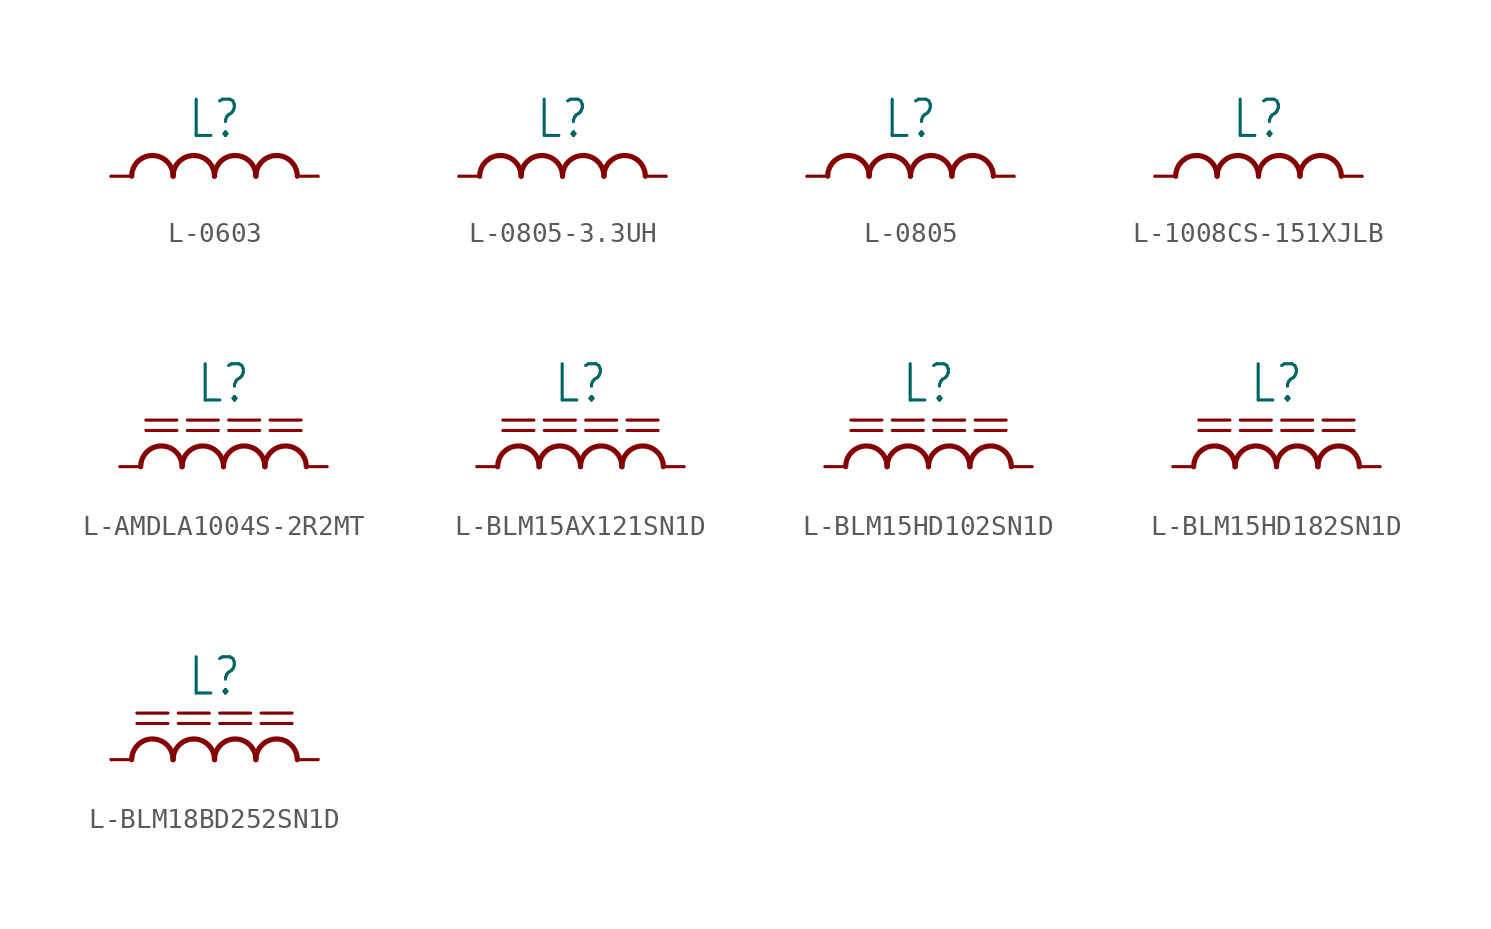
<source format=kicad_sym>
(kicad_symbol_lib
  (version 20231120)
  (generator "kicad_symbol_editor")
  (generator_version "8.0")
  (symbol "L-0603"
    (property "Reference" "L"
      (at 0 1.778 0)
      (effects (font (size 1.778 1.511)) (justify bottom)))
    (property "Value" ""
      (at 0 -0.762 0)
      (effects (font (size 1.778 1.511)) (justify top)))
    (property "ki_locked" ""
      (at 0 0 0)
      (effects (font (size 1.27 1.27))))
    (symbol "L-0603_1_0"
      (arc (start -2.032 0) (mid -3.048 1.016) (end -4.064 0) (stroke (width 0.254) (type solid)) (fill (type none)))
      (arc (start 0 0) (mid -1.016 1.016) (end -2.032 0) (stroke (width 0.254) (type solid)) (fill (type none)))
      (polyline (pts (xy -5.08 0) (xy -4.064 0)) (stroke (width 0.152) (type solid)) (fill (type none)))
      (polyline (pts (xy 4.064 0) (xy 5.08 0)) (stroke (width 0.152) (type solid)) (fill (type none)))
      (arc (start 2.032 0) (mid 1.016 1.016) (end 0 0) (stroke (width 0.254) (type solid)) (fill (type none)))
      (arc (start 4.064 0) (mid 3.048 1.016) (end 2.032 0) (stroke (width 0.254) (type solid)) (fill (type none)))
      (pin passive line (at -5.08 0 0) (length 0) (name "1" (effects (font (size 0 0)))) (number "1" (effects (font (size 0 0)))))
      (pin passive line (at 5.08 0 180) (length 0) (name "2" (effects (font (size 0 0)))) (number "2" (effects (font (size 0 0)))))))
  (symbol "L-0805-3.3UH"
    (property "Reference" "L"
      (at 0 1.778 0)
      (effects (font (size 1.778 1.511)) (justify bottom)))
    (property "Value" ""
      (at 0 -0.762 0)
      (effects (font (size 1.778 1.511)) (justify top)))
    (property "ki_locked" ""
      (at 0 0 0)
      (effects (font (size 1.27 1.27))))
    (symbol "L-0805-3.3UH_1_0"
      (arc (start -2.032 0) (mid -3.048 1.016) (end -4.064 0) (stroke (width 0.254) (type solid)) (fill (type none)))
      (arc (start 0 0) (mid -1.016 1.016) (end -2.032 0) (stroke (width 0.254) (type solid)) (fill (type none)))
      (polyline (pts (xy -5.08 0) (xy -4.064 0)) (stroke (width 0.152) (type solid)) (fill (type none)))
      (polyline (pts (xy 4.064 0) (xy 5.08 0)) (stroke (width 0.152) (type solid)) (fill (type none)))
      (arc (start 2.032 0) (mid 1.016 1.016) (end 0 0) (stroke (width 0.254) (type solid)) (fill (type none)))
      (arc (start 4.064 0) (mid 3.048 1.016) (end 2.032 0) (stroke (width 0.254) (type solid)) (fill (type none)))
      (pin passive line (at -5.08 0 0) (length 0) (name "1" (effects (font (size 0 0)))) (number "1" (effects (font (size 0 0)))))
      (pin passive line (at 5.08 0 180) (length 0) (name "2" (effects (font (size 0 0)))) (number "2" (effects (font (size 0 0)))))))
  (symbol "L-0805"
    (property "Reference" "L"
      (at 0 1.778 0)
      (effects (font (size 1.778 1.511)) (justify bottom)))
    (property "Value" ""
      (at 0 -0.762 0)
      (effects (font (size 1.778 1.511)) (justify top)))
    (property "ki_locked" ""
      (at 0 0 0)
      (effects (font (size 1.27 1.27))))
    (symbol "L-0805_1_0"
      (arc (start -2.032 0) (mid -3.048 1.016) (end -4.064 0) (stroke (width 0.254) (type solid)) (fill (type none)))
      (arc (start 0 0) (mid -1.016 1.016) (end -2.032 0) (stroke (width 0.254) (type solid)) (fill (type none)))
      (polyline (pts (xy -5.08 0) (xy -4.064 0)) (stroke (width 0.152) (type solid)) (fill (type none)))
      (polyline (pts (xy 4.064 0) (xy 5.08 0)) (stroke (width 0.152) (type solid)) (fill (type none)))
      (arc (start 2.032 0) (mid 1.016 1.016) (end 0 0) (stroke (width 0.254) (type solid)) (fill (type none)))
      (arc (start 4.064 0) (mid 3.048 1.016) (end 2.032 0) (stroke (width 0.254) (type solid)) (fill (type none)))
      (pin passive line (at -5.08 0 0) (length 0) (name "1" (effects (font (size 0 0)))) (number "1" (effects (font (size 0 0)))))
      (pin passive line (at 5.08 0 180) (length 0) (name "2" (effects (font (size 0 0)))) (number "2" (effects (font (size 0 0)))))))
  (symbol "L-1008CS-151XJLB"
    (property "Reference" "L"
      (at 0 1.778 0)
      (effects (font (size 1.778 1.511)) (justify bottom)))
    (property "Value" ""
      (at 0 -0.762 0)
      (effects (font (size 1.778 1.511)) (justify top)))
    (property "ki_locked" ""
      (at 0 0 0)
      (effects (font (size 1.27 1.27))))
    (symbol "L-1008CS-151XJLB_1_0"
      (arc (start -2.032 0) (mid -3.048 1.016) (end -4.064 0) (stroke (width 0.254) (type solid)) (fill (type none)))
      (arc (start 0 0) (mid -1.016 1.016) (end -2.032 0) (stroke (width 0.254) (type solid)) (fill (type none)))
      (polyline (pts (xy -5.08 0) (xy -4.064 0)) (stroke (width 0.152) (type solid)) (fill (type none)))
      (polyline (pts (xy 4.064 0) (xy 5.08 0)) (stroke (width 0.152) (type solid)) (fill (type none)))
      (arc (start 2.032 0) (mid 1.016 1.016) (end 0 0) (stroke (width 0.254) (type solid)) (fill (type none)))
      (arc (start 4.064 0) (mid 3.048 1.016) (end 2.032 0) (stroke (width 0.254) (type solid)) (fill (type none)))
      (pin passive line (at -5.08 0 0) (length 0) (name "1" (effects (font (size 0 0)))) (number "1" (effects (font (size 0 0)))))
      (pin passive line (at 5.08 0 180) (length 0) (name "2" (effects (font (size 0 0)))) (number "2" (effects (font (size 0 0)))))))
  (symbol "L-AMDLA1004S-2R2MT"
    (property "Reference" "L"
      (at 0 3.048 0)
      (effects (font (size 1.778 1.511)) (justify bottom)))
    (property "Value" ""
      (at 0 -0.762 0)
      (effects (font (size 1.778 1.511)) (justify top)))
    (property "ki_locked" ""
      (at 0 0 0)
      (effects (font (size 1.27 1.27))))
    (symbol "L-AMDLA1004S-2R2MT_1_0"
      (arc (start -2.032 0) (mid -3.048 1.016) (end -4.064 0) (stroke (width 0.254) (type solid)) (fill (type none)))
      (arc (start 0 0) (mid -1.016 1.016) (end -2.032 0) (stroke (width 0.254) (type solid)) (fill (type none)))
      (polyline (pts (xy -5.08 0) (xy -4.064 0)) (stroke (width 0.152) (type solid)) (fill (type none)))
      (polyline (pts (xy -3.81 1.778) (xy -2.286 1.778)) (stroke (width 0.152) (type solid)) (fill (type none)))
      (polyline (pts (xy -3.81 2.286) (xy -2.286 2.286)) (stroke (width 0.152) (type solid)) (fill (type none)))
      (polyline (pts (xy -1.778 1.778) (xy -0.254 1.778)) (stroke (width 0.152) (type solid)) (fill (type none)))
      (polyline (pts (xy -1.778 2.286) (xy -0.254 2.286)) (stroke (width 0.152) (type solid)) (fill (type none)))
      (polyline (pts (xy 0.254 1.778) (xy 1.778 1.778)) (stroke (width 0.152) (type solid)) (fill (type none)))
      (polyline (pts (xy 0.254 2.286) (xy 1.778 2.286)) (stroke (width 0.152) (type solid)) (fill (type none)))
      (polyline (pts (xy 2.286 1.778) (xy 3.81 1.778)) (stroke (width 0.152) (type solid)) (fill (type none)))
      (polyline (pts (xy 2.286 2.286) (xy 3.81 2.286)) (stroke (width 0.152) (type solid)) (fill (type none)))
      (polyline (pts (xy 4.064 0) (xy 5.08 0)) (stroke (width 0.152) (type solid)) (fill (type none)))
      (arc (start 2.032 0) (mid 1.016 1.016) (end 0 0) (stroke (width 0.254) (type solid)) (fill (type none)))
      (arc (start 4.064 0) (mid 3.048 1.016) (end 2.032 0) (stroke (width 0.254) (type solid)) (fill (type none)))
      (pin passive line (at -5.08 0 0) (length 0) (name "1" (effects (font (size 0 0)))) (number "1" (effects (font (size 0 0)))))
      (pin passive line (at 5.08 0 180) (length 0) (name "2" (effects (font (size 0 0)))) (number "2" (effects (font (size 0 0)))))))
  (symbol "L-BLM15AX121SN1D"
    (property "Reference" "L"
      (at 0 3.048 0)
      (effects (font (size 1.778 1.511)) (justify bottom)))
    (property "Value" ""
      (at 0 -0.762 0)
      (effects (font (size 1.778 1.511)) (justify top)))
    (property "ki_locked" ""
      (at 0 0 0)
      (effects (font (size 1.27 1.27))))
    (symbol "L-BLM15AX121SN1D_1_0"
      (arc (start -2.032 0) (mid -3.048 1.016) (end -4.064 0) (stroke (width 0.254) (type solid)) (fill (type none)))
      (arc (start 0 0) (mid -1.016 1.016) (end -2.032 0) (stroke (width 0.254) (type solid)) (fill (type none)))
      (polyline (pts (xy -5.08 0) (xy -4.064 0)) (stroke (width 0.152) (type solid)) (fill (type none)))
      (polyline (pts (xy -3.81 1.778) (xy -2.286 1.778)) (stroke (width 0.152) (type solid)) (fill (type none)))
      (polyline (pts (xy -3.81 2.286) (xy -2.286 2.286)) (stroke (width 0.152) (type solid)) (fill (type none)))
      (polyline (pts (xy -1.778 1.778) (xy -0.254 1.778)) (stroke (width 0.152) (type solid)) (fill (type none)))
      (polyline (pts (xy -1.778 2.286) (xy -0.254 2.286)) (stroke (width 0.152) (type solid)) (fill (type none)))
      (polyline (pts (xy 0.254 1.778) (xy 1.778 1.778)) (stroke (width 0.152) (type solid)) (fill (type none)))
      (polyline (pts (xy 0.254 2.286) (xy 1.778 2.286)) (stroke (width 0.152) (type solid)) (fill (type none)))
      (polyline (pts (xy 2.286 1.778) (xy 3.81 1.778)) (stroke (width 0.152) (type solid)) (fill (type none)))
      (polyline (pts (xy 2.286 2.286) (xy 3.81 2.286)) (stroke (width 0.152) (type solid)) (fill (type none)))
      (polyline (pts (xy 4.064 0) (xy 5.08 0)) (stroke (width 0.152) (type solid)) (fill (type none)))
      (arc (start 2.032 0) (mid 1.016 1.016) (end 0 0) (stroke (width 0.254) (type solid)) (fill (type none)))
      (arc (start 4.064 0) (mid 3.048 1.016) (end 2.032 0) (stroke (width 0.254) (type solid)) (fill (type none)))
      (pin passive line (at -5.08 0 0) (length 0) (name "1" (effects (font (size 0 0)))) (number "1" (effects (font (size 0 0)))))
      (pin passive line (at 5.08 0 180) (length 0) (name "2" (effects (font (size 0 0)))) (number "2" (effects (font (size 0 0)))))))
  (symbol "L-BLM15HD102SN1D"
    (property "Reference" "L"
      (at 0 3.048 0)
      (effects (font (size 1.778 1.511)) (justify bottom)))
    (property "Value" ""
      (at 0 -0.762 0)
      (effects (font (size 1.778 1.511)) (justify top)))
    (property "ki_locked" ""
      (at 0 0 0)
      (effects (font (size 1.27 1.27))))
    (symbol "L-BLM15HD102SN1D_1_0"
      (arc (start -2.032 0) (mid -3.048 1.016) (end -4.064 0) (stroke (width 0.254) (type solid)) (fill (type none)))
      (arc (start 0 0) (mid -1.016 1.016) (end -2.032 0) (stroke (width 0.254) (type solid)) (fill (type none)))
      (polyline (pts (xy -5.08 0) (xy -4.064 0)) (stroke (width 0.152) (type solid)) (fill (type none)))
      (polyline (pts (xy -3.81 1.778) (xy -2.286 1.778)) (stroke (width 0.152) (type solid)) (fill (type none)))
      (polyline (pts (xy -3.81 2.286) (xy -2.286 2.286)) (stroke (width 0.152) (type solid)) (fill (type none)))
      (polyline (pts (xy -1.778 1.778) (xy -0.254 1.778)) (stroke (width 0.152) (type solid)) (fill (type none)))
      (polyline (pts (xy -1.778 2.286) (xy -0.254 2.286)) (stroke (width 0.152) (type solid)) (fill (type none)))
      (polyline (pts (xy 0.254 1.778) (xy 1.778 1.778)) (stroke (width 0.152) (type solid)) (fill (type none)))
      (polyline (pts (xy 0.254 2.286) (xy 1.778 2.286)) (stroke (width 0.152) (type solid)) (fill (type none)))
      (polyline (pts (xy 2.286 1.778) (xy 3.81 1.778)) (stroke (width 0.152) (type solid)) (fill (type none)))
      (polyline (pts (xy 2.286 2.286) (xy 3.81 2.286)) (stroke (width 0.152) (type solid)) (fill (type none)))
      (polyline (pts (xy 4.064 0) (xy 5.08 0)) (stroke (width 0.152) (type solid)) (fill (type none)))
      (arc (start 2.032 0) (mid 1.016 1.016) (end 0 0) (stroke (width 0.254) (type solid)) (fill (type none)))
      (arc (start 4.064 0) (mid 3.048 1.016) (end 2.032 0) (stroke (width 0.254) (type solid)) (fill (type none)))
      (pin passive line (at -5.08 0 0) (length 0) (name "1" (effects (font (size 0 0)))) (number "1" (effects (font (size 0 0)))))
      (pin passive line (at 5.08 0 180) (length 0) (name "2" (effects (font (size 0 0)))) (number "2" (effects (font (size 0 0)))))))
  (symbol "L-BLM15HD182SN1D"
    (property "Reference" "L"
      (at 0 3.048 0)
      (effects (font (size 1.778 1.511)) (justify bottom)))
    (property "Value" ""
      (at 0 -0.762 0)
      (effects (font (size 1.778 1.511)) (justify top)))
    (property "ki_locked" ""
      (at 0 0 0)
      (effects (font (size 1.27 1.27))))
    (symbol "L-BLM15HD182SN1D_1_0"
      (arc (start -2.032 0) (mid -3.048 1.016) (end -4.064 0) (stroke (width 0.254) (type solid)) (fill (type none)))
      (arc (start 0 0) (mid -1.016 1.016) (end -2.032 0) (stroke (width 0.254) (type solid)) (fill (type none)))
      (polyline (pts (xy -5.08 0) (xy -4.064 0)) (stroke (width 0.152) (type solid)) (fill (type none)))
      (polyline (pts (xy -3.81 1.778) (xy -2.286 1.778)) (stroke (width 0.152) (type solid)) (fill (type none)))
      (polyline (pts (xy -3.81 2.286) (xy -2.286 2.286)) (stroke (width 0.152) (type solid)) (fill (type none)))
      (polyline (pts (xy -1.778 1.778) (xy -0.254 1.778)) (stroke (width 0.152) (type solid)) (fill (type none)))
      (polyline (pts (xy -1.778 2.286) (xy -0.254 2.286)) (stroke (width 0.152) (type solid)) (fill (type none)))
      (polyline (pts (xy 0.254 1.778) (xy 1.778 1.778)) (stroke (width 0.152) (type solid)) (fill (type none)))
      (polyline (pts (xy 0.254 2.286) (xy 1.778 2.286)) (stroke (width 0.152) (type solid)) (fill (type none)))
      (polyline (pts (xy 2.286 1.778) (xy 3.81 1.778)) (stroke (width 0.152) (type solid)) (fill (type none)))
      (polyline (pts (xy 2.286 2.286) (xy 3.81 2.286)) (stroke (width 0.152) (type solid)) (fill (type none)))
      (polyline (pts (xy 4.064 0) (xy 5.08 0)) (stroke (width 0.152) (type solid)) (fill (type none)))
      (arc (start 2.032 0) (mid 1.016 1.016) (end 0 0) (stroke (width 0.254) (type solid)) (fill (type none)))
      (arc (start 4.064 0) (mid 3.048 1.016) (end 2.032 0) (stroke (width 0.254) (type solid)) (fill (type none)))
      (pin passive line (at -5.08 0 0) (length 0) (name "1" (effects (font (size 0 0)))) (number "1" (effects (font (size 0 0)))))
      (pin passive line (at 5.08 0 180) (length 0) (name "2" (effects (font (size 0 0)))) (number "2" (effects (font (size 0 0)))))))
  (symbol "L-BLM18BD252SN1D"
    (property "Reference" "L"
      (at 0 3.048 0)
      (effects (font (size 1.778 1.511)) (justify bottom)))
    (property "Value" ""
      (at 0 -0.762 0)
      (effects (font (size 1.778 1.511)) (justify top)))
    (property "ki_locked" ""
      (at 0 0 0)
      (effects (font (size 1.27 1.27))))
    (symbol "L-BLM18BD252SN1D_1_0"
      (arc (start -2.032 0) (mid -3.048 1.016) (end -4.064 0) (stroke (width 0.254) (type solid)) (fill (type none)))
      (arc (start 0 0) (mid -1.016 1.016) (end -2.032 0) (stroke (width 0.254) (type solid)) (fill (type none)))
      (polyline (pts (xy -5.08 0) (xy -4.064 0)) (stroke (width 0.152) (type solid)) (fill (type none)))
      (polyline (pts (xy -3.81 1.778) (xy -2.286 1.778)) (stroke (width 0.152) (type solid)) (fill (type none)))
      (polyline (pts (xy -3.81 2.286) (xy -2.286 2.286)) (stroke (width 0.152) (type solid)) (fill (type none)))
      (polyline (pts (xy -1.778 1.778) (xy -0.254 1.778)) (stroke (width 0.152) (type solid)) (fill (type none)))
      (polyline (pts (xy -1.778 2.286) (xy -0.254 2.286)) (stroke (width 0.152) (type solid)) (fill (type none)))
      (polyline (pts (xy 0.254 1.778) (xy 1.778 1.778)) (stroke (width 0.152) (type solid)) (fill (type none)))
      (polyline (pts (xy 0.254 2.286) (xy 1.778 2.286)) (stroke (width 0.152) (type solid)) (fill (type none)))
      (polyline (pts (xy 2.286 1.778) (xy 3.81 1.778)) (stroke (width 0.152) (type solid)) (fill (type none)))
      (polyline (pts (xy 2.286 2.286) (xy 3.81 2.286)) (stroke (width 0.152) (type solid)) (fill (type none)))
      (polyline (pts (xy 4.064 0) (xy 5.08 0)) (stroke (width 0.152) (type solid)) (fill (type none)))
      (arc (start 2.032 0) (mid 1.016 1.016) (end 0 0) (stroke (width 0.254) (type solid)) (fill (type none)))
      (arc (start 4.064 0) (mid 3.048 1.016) (end 2.032 0) (stroke (width 0.254) (type solid)) (fill (type none)))
      (pin passive line (at -5.08 0 0) (length 0) (name "1" (effects (font (size 0 0)))) (number "1" (effects (font (size 0 0)))))
      (pin passive line (at 5.08 0 180) (length 0) (name "2" (effects (font (size 0 0)))) (number "2" (effects (font (size 0 0))))))))
</source>
